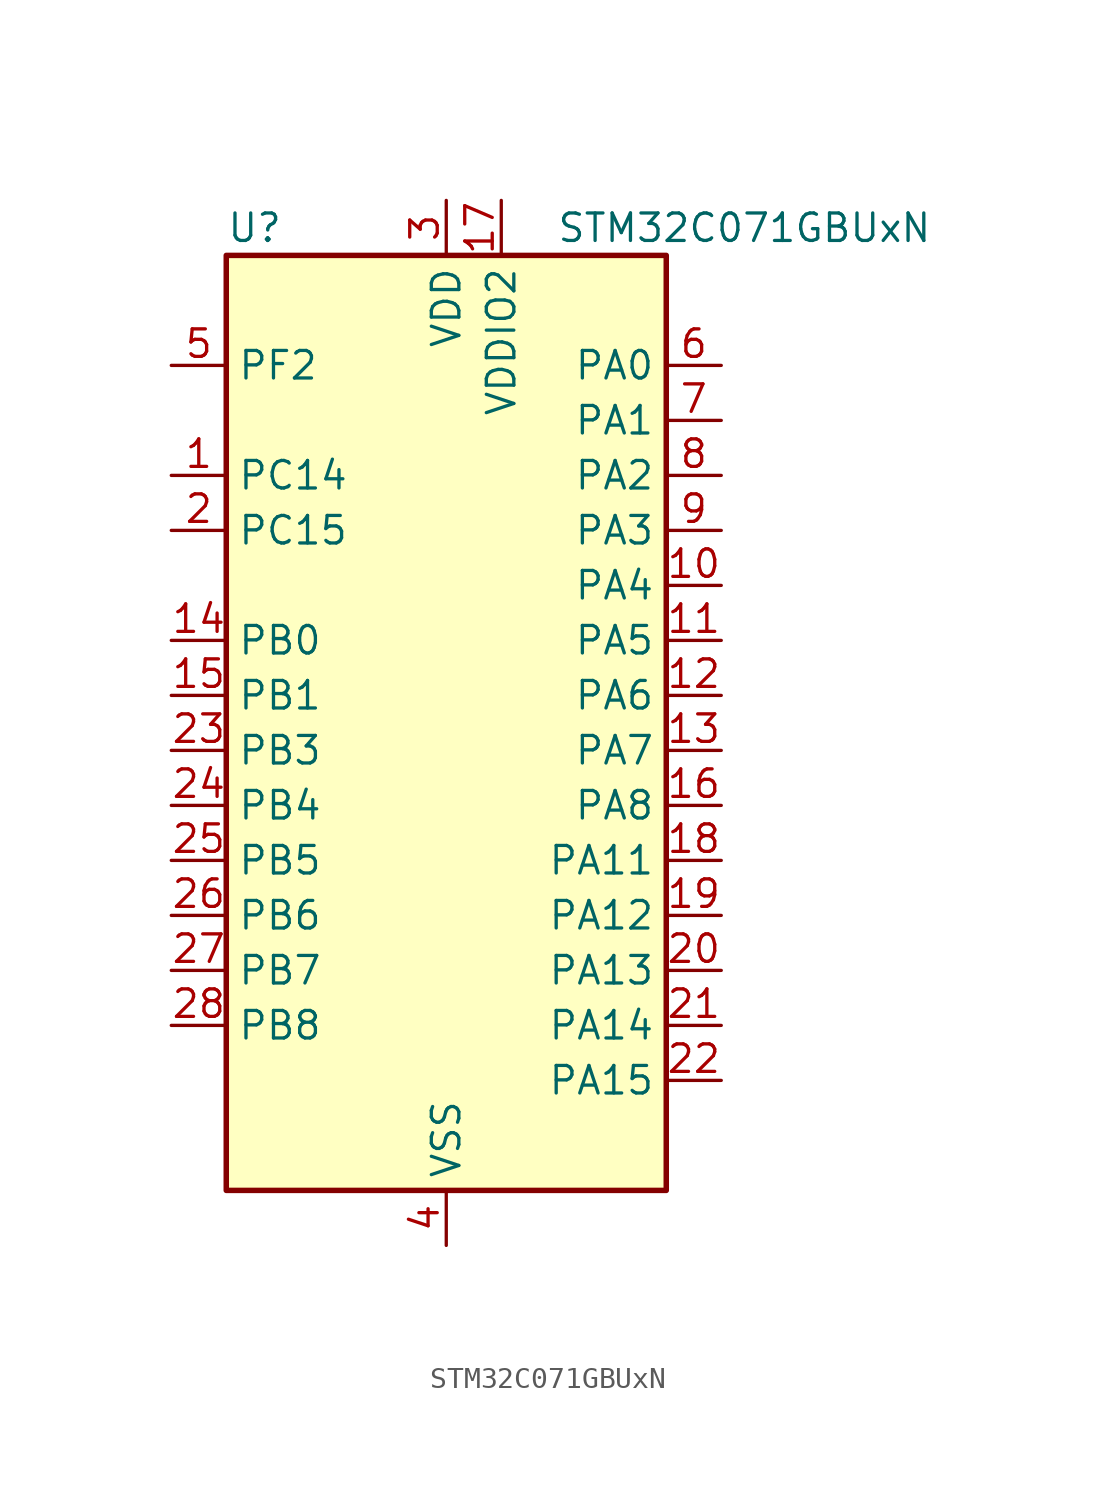
<source format=kicad_sym>
(kicad_symbol_lib
  (version 20241209)
  (generator "kicad_symbol_editor")
  (generator_version "9.0")
  (symbol "STM32C071GBUxN"
    (property "Reference" "U"
      (at -10.16 24.13 0)
      (effects (font (size 1.27 1.27)) (justify left)))
    (property "Value" "STM32C071GBUxN"
      (at 5.08 24.13 0)
      (effects (font (size 1.27 1.27)) (justify left)))
    (symbol "STM32C071GBUxN_0_1"
      (rectangle (start -10.16 -20.32) (end 10.16 22.86) (stroke (width 0.254) (type default)) (fill (type background))))
    (symbol "STM32C071GBUxN_1_1"
      (pin bidirectional line (at -12.7 17.78 0) (length 2.54) (name "PF2" (effects (font (size 1.27 1.27)))) (number "5" (effects (font (size 1.27 1.27)))) (alternate "RCC_MCO" bidirectional line) (alternate "TIM1_CH4" bidirectional line))
      (pin bidirectional line (at -12.7 12.7 0) (length 2.54) (name "PC14" (effects (font (size 1.27 1.27)))) (number "1" (effects (font (size 1.27 1.27)))) (alternate "I2C1_SDA" bidirectional line) (alternate "IR_OUT" bidirectional line) (alternate "RCC_OSCX_IN" bidirectional line) (alternate "SPI2_NSS" bidirectional line) (alternate "TIM17_CH1" bidirectional line) (alternate "TIM1_BKIN2" bidirectional line) (alternate "TIM1_ETR" bidirectional line) (alternate "TIM3_CH2" bidirectional line) (alternate "USART1_TX" bidirectional line) (alternate "USART2_CK" bidirectional line) (alternate "USART2_DE" bidirectional line) (alternate "USART2_RTS" bidirectional line))
      (pin bidirectional line (at -12.7 10.16 0) (length 2.54) (name "PC15" (effects (font (size 1.27 1.27)))) (number "2" (effects (font (size 1.27 1.27)))) (alternate "RCC_OSC32_EN" bidirectional line) (alternate "RCC_OSCX_OUT" bidirectional line) (alternate "RCC_OSC_EN" bidirectional line) (alternate "TIM1_ETR" bidirectional line) (alternate "TIM3_CH3" bidirectional line))
      (pin bidirectional line (at -12.7 5.08 0) (length 2.54) (name "PB0" (effects (font (size 1.27 1.27)))) (number "14" (effects (font (size 1.27 1.27)))) (alternate "ADC1_IN17" bidirectional line) (alternate "I2S1_WS" bidirectional line) (alternate "SPI1_NSS" bidirectional line) (alternate "TIM1_CH2N" bidirectional line) (alternate "TIM3_CH3" bidirectional line))
      (pin bidirectional line (at -12.7 2.54 0) (length 2.54) (name "PB1" (effects (font (size 1.27 1.27)))) (number "15" (effects (font (size 1.27 1.27)))) (alternate "ADC1_IN18" bidirectional line) (alternate "TIM14_CH1" bidirectional line) (alternate "TIM1_CH2N" bidirectional line) (alternate "TIM1_CH3N" bidirectional line) (alternate "TIM3_CH4" bidirectional line))
      (pin bidirectional line (at -12.7 0 0) (length 2.54) (name "PB3" (effects (font (size 1.27 1.27)))) (number "23" (effects (font (size 1.27 1.27)))) (alternate "I2C2_SCL" bidirectional line) (alternate "I2S1_CK" bidirectional line) (alternate "SPI1_SCK" bidirectional line) (alternate "TIM1_CH2" bidirectional line) (alternate "TIM2_CH2" bidirectional line) (alternate "TIM3_CH2" bidirectional line) (alternate "USART1_CK" bidirectional line) (alternate "USART1_DE" bidirectional line) (alternate "USART1_RTS" bidirectional line))
      (pin bidirectional line (at -12.7 -2.54 0) (length 2.54) (name "PB4" (effects (font (size 1.27 1.27)))) (number "24" (effects (font (size 1.27 1.27)))) (alternate "I2C2_SDA" bidirectional line) (alternate "I2S1_MCK" bidirectional line) (alternate "SPI1_MISO" bidirectional line) (alternate "TIM17_BKIN" bidirectional line) (alternate "TIM3_CH1" bidirectional line) (alternate "USART1_CTS" bidirectional line) (alternate "USART1_NSS" bidirectional line))
      (pin bidirectional line (at -12.7 -5.08 0) (length 2.54) (name "PB5" (effects (font (size 1.27 1.27)))) (number "25" (effects (font (size 1.27 1.27)))) (alternate "I2C1_SMBA" bidirectional line) (alternate "I2S1_SD" bidirectional line) (alternate "PWR_WKUP6" bidirectional line) (alternate "SPI1_MOSI" bidirectional line) (alternate "TIM16_BKIN" bidirectional line) (alternate "TIM3_CH2" bidirectional line) (alternate "TIM3_CH3" bidirectional line))
      (pin bidirectional line (at -12.7 -7.62 0) (length 2.54) (name "PB6" (effects (font (size 1.27 1.27)))) (number "26" (effects (font (size 1.27 1.27)))) (alternate "I2C1_SCL" bidirectional line) (alternate "I2C1_SMBA" bidirectional line) (alternate "I2S1_CK" bidirectional line) (alternate "I2S1_MCK" bidirectional line) (alternate "I2S1_SD" bidirectional line) (alternate "PWR_WKUP3" bidirectional line) (alternate "SPI1_MISO" bidirectional line) (alternate "SPI1_MOSI" bidirectional line) (alternate "SPI1_SCK" bidirectional line) (alternate "SPI2_MISO" bidirectional line) (alternate "TIM16_BKIN" bidirectional line) (alternate "TIM16_CH1N" bidirectional line) (alternate "TIM17_BKIN" bidirectional line) (alternate "TIM1_CH2" bidirectional line) (alternate "TIM1_CH3" bidirectional line) (alternate "TIM3_CH1" bidirectional line) (alternate "TIM3_CH2" bidirectional line) (alternate "TIM3_CH3" bidirectional line) (alternate "USART1_CTS" bidirectional line) (alternate "USART1_NSS" bidirectional line) (alternate "USART1_TX" bidirectional line))
      (pin bidirectional line (at -12.7 -10.16 0) (length 2.54) (name "PB7" (effects (font (size 1.27 1.27)))) (number "27" (effects (font (size 1.27 1.27)))) (alternate "I2C1_SCL" bidirectional line) (alternate "I2C1_SDA" bidirectional line) (alternate "RTC_REFIN" bidirectional line) (alternate "SPI2_MOSI" bidirectional line) (alternate "TIM16_CH1" bidirectional line) (alternate "TIM17_CH1N" bidirectional line) (alternate "TIM1_CH4" bidirectional line) (alternate "TIM3_CH1" bidirectional line) (alternate "TIM3_CH4" bidirectional line) (alternate "USART1_RX" bidirectional line) (alternate "USART2_CTS" bidirectional line) (alternate "USART2_NSS" bidirectional line))
      (pin bidirectional line (at -12.7 -12.7 0) (length 2.54) (name "PB8" (effects (font (size 1.27 1.27)))) (number "28" (effects (font (size 1.27 1.27)))) (alternate "I2C1_SCL" bidirectional line) (alternate "SPI2_SCK" bidirectional line) (alternate "TIM16_CH1" bidirectional line) (alternate "TIM3_CH1" bidirectional line) (alternate "USART2_CTS" bidirectional line) (alternate "USART2_NSS" bidirectional line))
      (pin power_in line (at 0 25.4 270) (length 2.54) (name "VDD" (effects (font (size 1.27 1.27)))) (number "3" (effects (font (size 1.27 1.27)))))
      (pin power_in line (at 0 -22.86 90) (length 2.54) (name "VSS" (effects (font (size 1.27 1.27)))) (number "4" (effects (font (size 1.27 1.27)))))
      (pin power_in line (at 2.54 25.4 270) (length 2.54) (name "VDDIO2" (effects (font (size 1.27 1.27)))) (number "17" (effects (font (size 1.27 1.27)))))
      (pin bidirectional line (at 12.7 17.78 180) (length 2.54) (name "PA0" (effects (font (size 1.27 1.27)))) (number "6" (effects (font (size 1.27 1.27)))) (alternate "ADC1_IN0" bidirectional line) (alternate "PWR_WKUP1" bidirectional line) (alternate "SPI2_SCK" bidirectional line) (alternate "TIM16_CH1" bidirectional line) (alternate "TIM1_CH1" bidirectional line) (alternate "TIM2_CH1" bidirectional line) (alternate "TIM2_ETR" bidirectional line) (alternate "USART1_TX" bidirectional line) (alternate "USART2_CTS" bidirectional line) (alternate "USART2_NSS" bidirectional line))
      (pin bidirectional line (at 12.7 15.24 180) (length 2.54) (name "PA1" (effects (font (size 1.27 1.27)))) (number "7" (effects (font (size 1.27 1.27)))) (alternate "ADC1_IN1" bidirectional line) (alternate "I2C1_SMBA" bidirectional line) (alternate "I2S1_CK" bidirectional line) (alternate "SPI1_SCK" bidirectional line) (alternate "TIM17_CH1" bidirectional line) (alternate "TIM1_CH2" bidirectional line) (alternate "TIM2_CH2" bidirectional line) (alternate "USART1_RX" bidirectional line) (alternate "USART2_CK" bidirectional line) (alternate "USART2_DE" bidirectional line) (alternate "USART2_RTS" bidirectional line))
      (pin bidirectional line (at 12.7 12.7 180) (length 2.54) (name "PA2" (effects (font (size 1.27 1.27)))) (number "8" (effects (font (size 1.27 1.27)))) (alternate "ADC1_IN2" bidirectional line) (alternate "I2S1_SD" bidirectional line) (alternate "PWR_WKUP4" bidirectional line) (alternate "RCC_LSCO" bidirectional line) (alternate "SPI1_MOSI" bidirectional line) (alternate "TIM16_CH1N" bidirectional line) (alternate "TIM1_CH3" bidirectional line) (alternate "TIM2_CH3" bidirectional line) (alternate "TIM3_ETR" bidirectional line) (alternate "USART2_TX" bidirectional line))
      (pin bidirectional line (at 12.7 10.16 180) (length 2.54) (name "PA3" (effects (font (size 1.27 1.27)))) (number "9" (effects (font (size 1.27 1.27)))) (alternate "ADC1_IN3" bidirectional line) (alternate "SPI2_MISO" bidirectional line) (alternate "TIM1_CH1N" bidirectional line) (alternate "TIM1_CH4" bidirectional line) (alternate "TIM2_CH4" bidirectional line) (alternate "USART2_RX" bidirectional line))
      (pin bidirectional line (at 12.7 7.62 180) (length 2.54) (name "PA4" (effects (font (size 1.27 1.27)))) (number "10" (effects (font (size 1.27 1.27)))) (alternate "ADC1_IN4" bidirectional line) (alternate "I2S1_WS" bidirectional line) (alternate "PWR_WKUP2" bidirectional line) (alternate "RTC_OUT1" bidirectional line) (alternate "RTC_TS" bidirectional line) (alternate "SPI1_NSS" bidirectional line) (alternate "SPI2_MOSI" bidirectional line) (alternate "TIM14_CH1" bidirectional line) (alternate "TIM17_CH1N" bidirectional line) (alternate "TIM1_CH2N" bidirectional line) (alternate "USART2_TX" bidirectional line) (alternate "USB_NOE" bidirectional line))
      (pin bidirectional line (at 12.7 5.08 180) (length 2.54) (name "PA5" (effects (font (size 1.27 1.27)))) (number "11" (effects (font (size 1.27 1.27)))) (alternate "ADC1_IN5" bidirectional line) (alternate "I2S1_CK" bidirectional line) (alternate "SPI1_SCK" bidirectional line) (alternate "TIM1_CH1" bidirectional line) (alternate "TIM1_CH3N" bidirectional line) (alternate "TIM2_CH1" bidirectional line) (alternate "TIM2_ETR" bidirectional line) (alternate "USART2_RX" bidirectional line))
      (pin bidirectional line (at 12.7 2.54 180) (length 2.54) (name "PA6" (effects (font (size 1.27 1.27)))) (number "12" (effects (font (size 1.27 1.27)))) (alternate "ADC1_IN6" bidirectional line) (alternate "I2C2_SDA" bidirectional line) (alternate "I2S1_MCK" bidirectional line) (alternate "SPI1_MISO" bidirectional line) (alternate "TIM16_CH1" bidirectional line) (alternate "TIM1_BKIN" bidirectional line) (alternate "TIM3_CH1" bidirectional line))
      (pin bidirectional line (at 12.7 0 180) (length 2.54) (name "PA7" (effects (font (size 1.27 1.27)))) (number "13" (effects (font (size 1.27 1.27)))) (alternate "ADC1_IN7" bidirectional line) (alternate "I2C2_SCL" bidirectional line) (alternate "I2S1_SD" bidirectional line) (alternate "SPI1_MOSI" bidirectional line) (alternate "TIM14_CH1" bidirectional line) (alternate "TIM17_CH1" bidirectional line) (alternate "TIM1_CH1N" bidirectional line) (alternate "TIM3_CH2" bidirectional line))
      (pin bidirectional line (at 12.7 -2.54 180) (length 2.54) (name "PA8" (effects (font (size 1.27 1.27)))) (number "16" (effects (font (size 1.27 1.27)))) (alternate "ADC1_IN8" bidirectional line) (alternate "CRS_SYNC" bidirectional line) (alternate "I2S1_WS" bidirectional line) (alternate "RCC_MCO" bidirectional line) (alternate "RCC_MCO2" bidirectional line) (alternate "SPI1_NSS" bidirectional line) (alternate "SPI2_MISO" bidirectional line) (alternate "SPI2_NSS" bidirectional line) (alternate "TIM14_CH1" bidirectional line) (alternate "TIM1_CH1" bidirectional line) (alternate "TIM1_CH2N" bidirectional line) (alternate "TIM1_CH3N" bidirectional line) (alternate "TIM3_CH3" bidirectional line) (alternate "TIM3_CH4" bidirectional line) (alternate "USART1_RX" bidirectional line) (alternate "USART2_TX" bidirectional line))
      (pin bidirectional line (at 12.7 -5.08 180) (length 2.54) (name "PA11" (effects (font (size 1.27 1.27)))) (number "18" (effects (font (size 1.27 1.27)))) (alternate "ADC1_EXTI11" bidirectional line) (alternate "I2C2_SCL" bidirectional line) (alternate "I2S1_MCK" bidirectional line) (alternate "SPI1_MISO" bidirectional line) (alternate "TIM1_BKIN2" bidirectional line) (alternate "TIM1_CH4" bidirectional line) (alternate "USART1_CTS" bidirectional line) (alternate "USART1_NSS" bidirectional line) (alternate "USB_DM" bidirectional line))
      (pin bidirectional line (at 12.7 -7.62 180) (length 2.54) (name "PA12" (effects (font (size 1.27 1.27)))) (number "19" (effects (font (size 1.27 1.27)))) (alternate "I2C2_SDA" bidirectional line) (alternate "I2S1_SD" bidirectional line) (alternate "I2S_CKIN" bidirectional line) (alternate "SPI1_MOSI" bidirectional line) (alternate "TIM1_ETR" bidirectional line) (alternate "USART1_CK" bidirectional line) (alternate "USART1_DE" bidirectional line) (alternate "USART1_RTS" bidirectional line) (alternate "USB_DP" bidirectional line))
      (pin bidirectional line (at 12.7 -10.16 180) (length 2.54) (name "PA13" (effects (font (size 1.27 1.27)))) (number "20" (effects (font (size 1.27 1.27)))) (alternate "ADC1_IN13" bidirectional line) (alternate "DEBUG_SWDIO" bidirectional line) (alternate "IR_OUT" bidirectional line) (alternate "TIM3_ETR" bidirectional line) (alternate "USART2_RX" bidirectional line) (alternate "USB_NOE" bidirectional line))
      (pin bidirectional line (at 12.7 -12.7 180) (length 2.54) (name "PA14" (effects (font (size 1.27 1.27)))) (number "21" (effects (font (size 1.27 1.27)))) (alternate "ADC1_IN14" bidirectional line) (alternate "DEBUG_SWCLK" bidirectional line) (alternate "I2S1_WS" bidirectional line) (alternate "RCC_MCO2" bidirectional line) (alternate "SPI1_NSS" bidirectional line) (alternate "TIM1_CH1" bidirectional line) (alternate "USART1_CK" bidirectional line) (alternate "USART1_DE" bidirectional line) (alternate "USART1_RTS" bidirectional line) (alternate "USART2_RX" bidirectional line) (alternate "USART2_TX" bidirectional line))
      (pin bidirectional line (at 12.7 -15.24 180) (length 2.54) (name "PA15" (effects (font (size 1.27 1.27)))) (number "22" (effects (font (size 1.27 1.27)))) (alternate "I2S1_WS" bidirectional line) (alternate "RCC_MCO2" bidirectional line) (alternate "SPI1_NSS" bidirectional line) (alternate "TIM1_CH1" bidirectional line) (alternate "TIM2_CH1" bidirectional line) (alternate "TIM2_ETR" bidirectional line) (alternate "USART1_CK" bidirectional line) (alternate "USART1_DE" bidirectional line) (alternate "USART1_RTS" bidirectional line) (alternate "USART2_RX" bidirectional line) (alternate "USB_NOE" bidirectional line)))))
</source>
